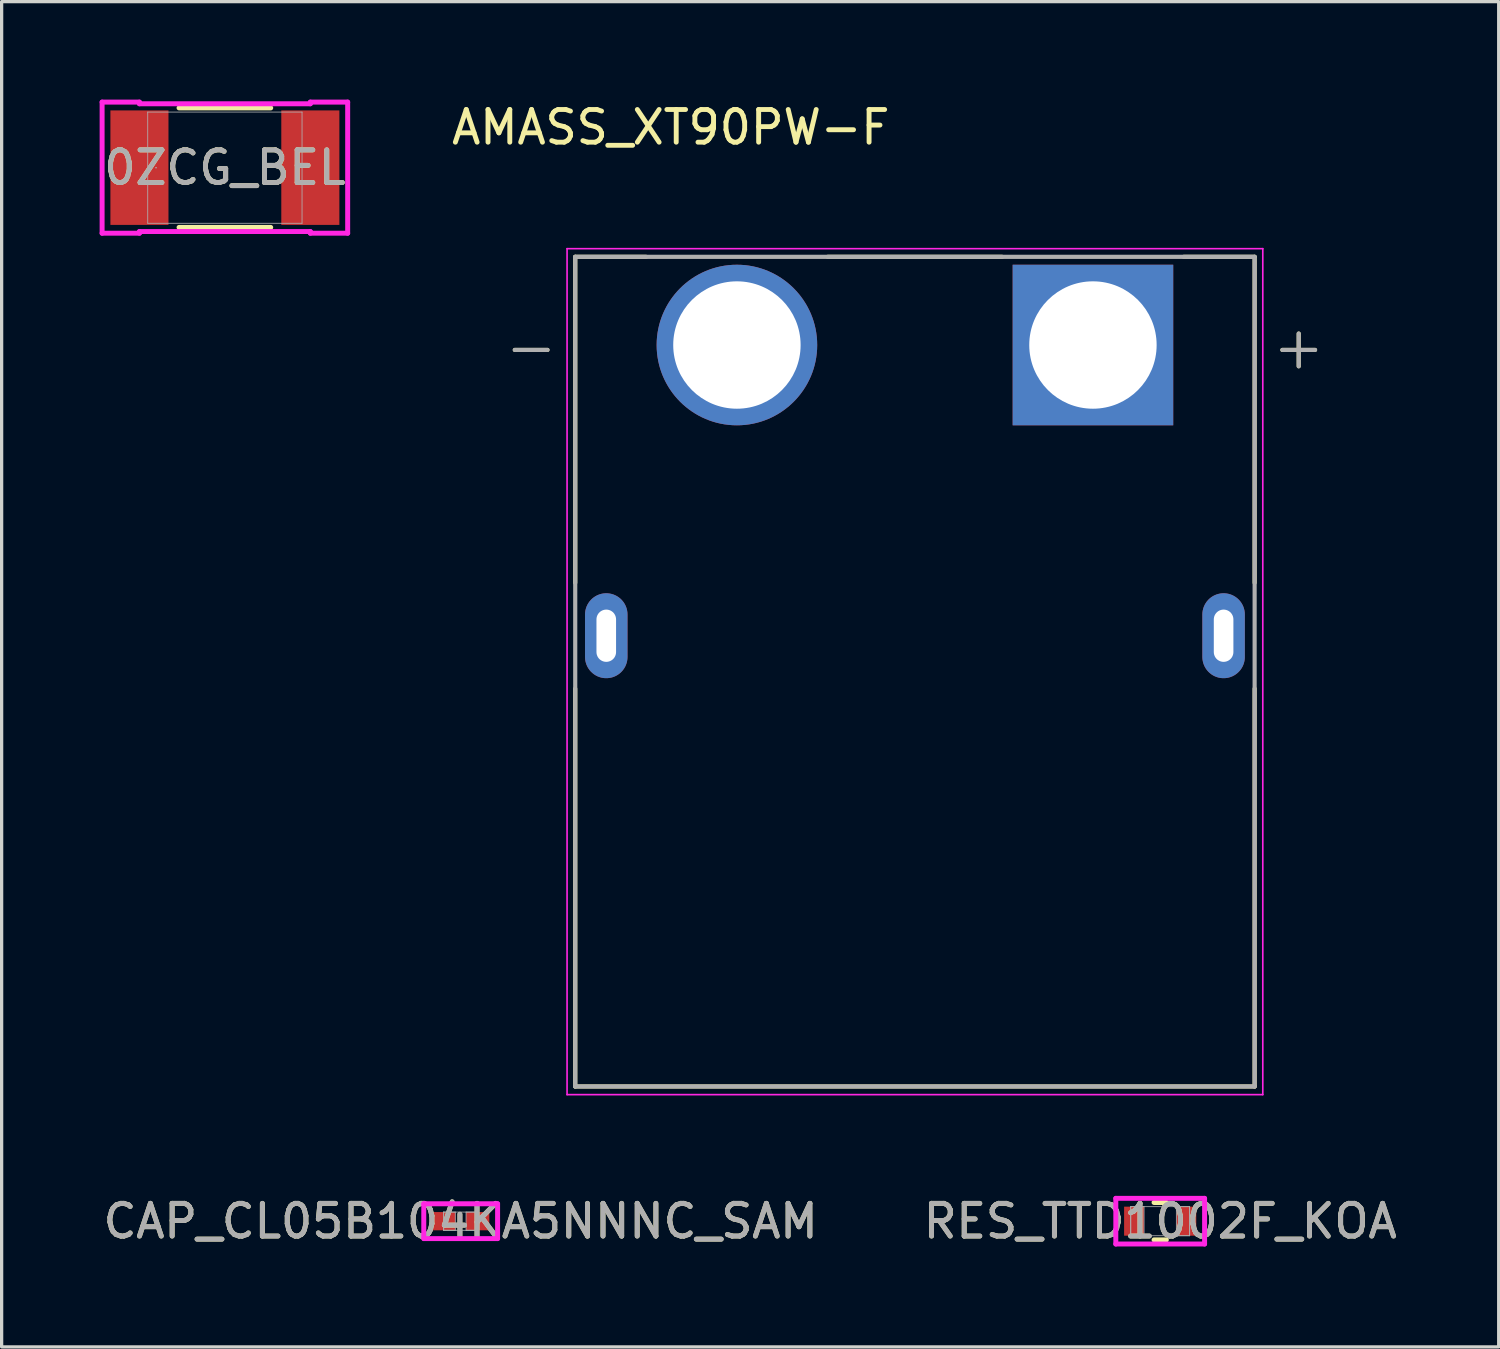
<source format=kicad_pcb>
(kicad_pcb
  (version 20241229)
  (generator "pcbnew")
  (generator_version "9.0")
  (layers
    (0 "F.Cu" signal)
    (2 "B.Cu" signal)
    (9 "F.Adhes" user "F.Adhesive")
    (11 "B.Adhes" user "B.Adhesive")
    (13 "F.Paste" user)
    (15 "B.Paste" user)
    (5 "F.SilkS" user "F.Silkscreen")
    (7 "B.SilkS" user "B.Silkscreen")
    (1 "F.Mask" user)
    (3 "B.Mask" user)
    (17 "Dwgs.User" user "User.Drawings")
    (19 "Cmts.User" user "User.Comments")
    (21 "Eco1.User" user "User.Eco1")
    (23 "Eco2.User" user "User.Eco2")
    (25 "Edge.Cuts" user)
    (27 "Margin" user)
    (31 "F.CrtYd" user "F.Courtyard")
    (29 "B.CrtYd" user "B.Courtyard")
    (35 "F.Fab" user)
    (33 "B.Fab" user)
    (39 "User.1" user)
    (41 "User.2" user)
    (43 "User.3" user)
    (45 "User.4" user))
  (footprint "CAP_CL05B104KA5NNNC_SAM"
    (layer "F.Cu")
    (at 11.054 34.337)
    (property "Reference" "CAP_CL05B104KA5NNNC_SAM" (at 0 0 0) (unlocked yes) (layer "F.SilkS") (effects (font (size 1 1) (thickness 0.15))))
    (attr smd)
    (fp_line (start -1.13 -0.533) (end 1.13 -0.533) (stroke (width 0.152) (type solid)) (layer "F.CrtYd"))
    (fp_line (start -1.13 0.533) (end -1.13 -0.533) (stroke (width 0.152) (type solid)) (layer "F.CrtYd"))
    (fp_line (start 1.13 -0.533) (end 1.13 0.533) (stroke (width 0.152) (type solid)) (layer "F.CrtYd"))
    (fp_line (start 1.13 0.533) (end -1.13 0.533) (stroke (width 0.152) (type solid)) (layer "F.CrtYd"))
    (fp_line (start -0.521 -0.279) (end -0.521 0.279) (stroke (width 0.025) (type solid)) (layer "F.Fab"))
    (fp_line (start -0.521 -0.279) (end -0.521 0.279) (stroke (width 0.025) (type solid)) (layer "F.Fab"))
    (fp_line (start -0.521 0.279) (end -0.165 0.279) (stroke (width 0.025) (type solid)) (layer "F.Fab"))
    (fp_line (start -0.521 0.279) (end 0.521 0.279) (stroke (width 0.025) (type solid)) (layer "F.Fab"))
    (fp_line (start -0.165 -0.279) (end -0.521 -0.279) (stroke (width 0.025) (type solid)) (layer "F.Fab"))
    (fp_line (start -0.165 0.279) (end -0.165 -0.279) (stroke (width 0.025) (type solid)) (layer "F.Fab"))
    (fp_line (start 0.165 -0.279) (end 0.165 0.279) (stroke (width 0.025) (type solid)) (layer "F.Fab"))
    (fp_line (start 0.165 0.279) (end 0.521 0.279) (stroke (width 0.025) (type solid)) (layer "F.Fab"))
    (fp_line (start 0.521 -0.279) (end -0.521 -0.279) (stroke (width 0.025) (type solid)) (layer "F.Fab"))
    (fp_line (start 0.521 -0.279) (end 0.165 -0.279) (stroke (width 0.025) (type solid)) (layer "F.Fab"))
    (fp_line (start 0.521 0.279) (end 0.521 -0.279) (stroke (width 0.025) (type solid)) (layer "F.Fab"))
    (fp_line (start 0.521 0.279) (end 0.521 -0.279) (stroke (width 0.025) (type solid)) (layer "F.Fab"))
    (fp_circle (center -0.394 0) (end -0.394 0) (stroke (width 0.025) (type solid)) (fill no) (layer "F.Fab"))
    (fp_text user "${REFERENCE}" (at 0 0 0) (unlocked yes) (layer "F.Fab") (effects (font (size 1 1) (thickness 0.15))))
    (pad "1" smd rect (at -0.521 0) (size 0.711 0.559) (layers "F.Cu" "F.Mask" "F.Paste"))
    (pad "2" smd rect (at 0.521 0) (size 0.711 0.559) (layers "F.Cu" "F.Mask" "F.Paste"))
    (zone (net_name "") (layer "F.Cu") (hatch full 0.508) (connect_pads) (min_thickness 0.254) (filled_areas_thickness no) (keepout (tracks not_allowed) (vias not_allowed) (pads allowed) (copperpour not_allowed) (footprints allowed)) (placement (enabled no)) (fill) (polygon (pts (xy 10.939 34.108) (xy 11.168 34.108) (xy 11.168 34.565) (xy 10.939 34.565)))))
  (footprint "RES_TTD1002F_KOA"
    (layer "F.Cu")
    (at 32.47 34.337)
    (property "Reference" "RES_TTD1002F_KOA" (at 0 0 0) (unlocked yes) (layer "F.SilkS") (effects (font (size 1 1) (thickness 0.15))))
    (attr smd)
    (fp_line (start -0.188 0.572) (end 0.188 0.572) (stroke (width 0.152) (type solid)) (layer "F.SilkS"))
    (fp_line (start 0.188 -0.572) (end -0.188 -0.572) (stroke (width 0.152) (type solid)) (layer "F.SilkS"))
    (fp_line (start -1.359 -0.699) (end 1.359 -0.699) (stroke (width 0.152) (type solid)) (layer "F.CrtYd"))
    (fp_line (start -1.359 0.699) (end -1.359 -0.699) (stroke (width 0.152) (type solid)) (layer "F.CrtYd"))
    (fp_line (start 1.359 -0.699) (end 1.359 0.699) (stroke (width 0.152) (type solid)) (layer "F.CrtYd"))
    (fp_line (start 1.359 0.699) (end -1.359 0.699) (stroke (width 0.152) (type solid)) (layer "F.CrtYd"))
    (fp_line (start -0.902 -0.445) (end -0.902 0.445) (stroke (width 0.025) (type solid)) (layer "F.Fab"))
    (fp_line (start -0.902 -0.445) (end -0.902 0.445) (stroke (width 0.025) (type solid)) (layer "F.Fab"))
    (fp_line (start -0.902 0.445) (end -0.495 0.445) (stroke (width 0.025) (type solid)) (layer "F.Fab"))
    (fp_line (start -0.902 0.445) (end 0.902 0.445) (stroke (width 0.025) (type solid)) (layer "F.Fab"))
    (fp_line (start -0.495 -0.445) (end -0.902 -0.445) (stroke (width 0.025) (type solid)) (layer "F.Fab"))
    (fp_line (start -0.495 0.445) (end -0.495 -0.445) (stroke (width 0.025) (type solid)) (layer "F.Fab"))
    (fp_line (start 0.495 -0.445) (end 0.495 0.445) (stroke (width 0.025) (type solid)) (layer "F.Fab"))
    (fp_line (start 0.495 0.445) (end 0.902 0.445) (stroke (width 0.025) (type solid)) (layer "F.Fab"))
    (fp_line (start 0.902 -0.445) (end -0.902 -0.445) (stroke (width 0.025) (type solid)) (layer "F.Fab"))
    (fp_line (start 0.902 -0.445) (end 0.495 -0.445) (stroke (width 0.025) (type solid)) (layer "F.Fab"))
    (fp_line (start 0.902 0.445) (end 0.902 -0.445) (stroke (width 0.025) (type solid)) (layer "F.Fab"))
    (fp_line (start 0.902 0.445) (end 0.902 -0.445) (stroke (width 0.025) (type solid)) (layer "F.Fab"))
    (fp_text user "${REFERENCE}" (at 0 0 0) (unlocked yes) (layer "F.Fab") (effects (font (size 1 1) (thickness 0.15))))
    (pad "1" smd rect (at -0.8 0) (size 0.61 0.889) (layers "F.Cu" "F.Mask" "F.Paste"))
    (pad "2" smd rect (at 0.8 0) (size 0.61 0.889) (layers "F.Cu" "F.Mask" "F.Paste"))
    (zone (net_name "") (layer "F.Cu") (hatch full 0.508) (connect_pads) (min_thickness 0.254) (filled_areas_thickness no) (keepout (tracks not_allowed) (vias not_allowed) (pads allowed) (copperpour not_allowed) (footprints allowed)) (placement (enabled no)) (fill) (polygon (pts (xy 32.026 33.943) (xy 32.915 33.943) (xy 32.915 34.73) (xy 32.026 34.73)))))
  (footprint "AMASS_XT90PW-F"
    (layer "F.Cu")
    (at 24.961 16.413)
    (property "Reference" "AMASS_XT90PW-F" (at -7.475 -15.565 0) (layer "F.SilkS") (effects (font (size 1 1) (thickness 0.15))))
    (attr through_hole)
    (fp_line (start -11.25 -8.75) (end -12.25 -8.75) (stroke (width 0.127) (type solid)) (layer "F.SilkS"))
    (fp_line (start -10.4 -11.6) (end -10.4 -1.62) (stroke (width 0.127) (type solid)) (layer "F.SilkS"))
    (fp_line (start -10.4 -11.6) (end -8.228 -11.6) (stroke (width 0.127) (type solid)) (layer "F.SilkS"))
    (fp_line (start -10.4 13.8) (end -10.4 1.62) (stroke (width 0.127) (type solid)) (layer "F.SilkS"))
    (fp_line (start 2.672 -11.6) (end -2.672 -11.6) (stroke (width 0.127) (type solid)) (layer "F.SilkS"))
    (fp_line (start 8.228 -11.6) (end 10.4 -11.6) (stroke (width 0.127) (type solid)) (layer "F.SilkS"))
    (fp_line (start 10.4 -11.6) (end 10.4 -1.62) (stroke (width 0.127) (type solid)) (layer "F.SilkS"))
    (fp_line (start 10.4 1.62) (end 10.4 13.8) (stroke (width 0.127) (type solid)) (layer "F.SilkS"))
    (fp_line (start 10.4 13.8) (end -10.4 13.8) (stroke (width 0.127) (type solid)) (layer "F.SilkS"))
    (fp_line (start 11.25 -8.75) (end 12.25 -8.75) (stroke (width 0.127) (type solid)) (layer "F.SilkS"))
    (fp_line (start 11.75 -8.25) (end 11.75 -9.25) (stroke (width 0.127) (type solid)) (layer "F.SilkS"))
    (fp_line (start -10.65 -11.85) (end -10.65 14.05) (stroke (width 0.05) (type solid)) (layer "F.CrtYd"))
    (fp_line (start -10.65 14.05) (end 10.65 14.05) (stroke (width 0.05) (type solid)) (layer "F.CrtYd"))
    (fp_line (start 10.65 -11.85) (end -10.65 -11.85) (stroke (width 0.05) (type solid)) (layer "F.CrtYd"))
    (fp_line (start 10.65 14.05) (end 10.65 -11.85) (stroke (width 0.05) (type solid)) (layer "F.CrtYd"))
    (fp_line (start -11.25 -8.75) (end -12.25 -8.75) (stroke (width 0.127) (type solid)) (layer "F.Fab"))
    (fp_line (start -10.4 -11.6) (end 10.4 -11.6) (stroke (width 0.127) (type solid)) (layer "F.Fab"))
    (fp_line (start -10.4 13.8) (end -10.4 -11.6) (stroke (width 0.127) (type solid)) (layer "F.Fab"))
    (fp_line (start 10.4 -11.6) (end 10.4 13.8) (stroke (width 0.127) (type solid)) (layer "F.Fab"))
    (fp_line (start 10.4 13.8) (end -10.4 13.8) (stroke (width 0.127) (type solid)) (layer "F.Fab"))
    (fp_line (start 11.75 -8.25) (end 11.75 -9.25) (stroke (width 0.127) (type solid)) (layer "F.Fab"))
    (fp_line (start 12.25 -8.75) (end 11.25 -8.75) (stroke (width 0.127) (type solid)) (layer "F.Fab"))
    (pad "1" thru_hole rect (at 5.45 -8.9) (size 4.916 4.916) (drill 3.9) (layers "*.Cu" "*.Mask"))
    (pad "2" thru_hole circle (at -5.45 -8.9) (size 4.916 4.916) (drill 3.9) (layers "*.Cu" "*.Mask"))
    (pad "S1" thru_hole oval (at 9.45 0) (size 1.3 2.6) (drill oval 0.6 1.6) (layers "*.Cu" "*.Mask"))
    (pad "S2" thru_hole oval (at -9.45 0) (size 1.3 2.6) (drill oval 0.6 1.6) (layers "*.Cu" "*.Mask")))
  (footprint "0ZCG_BEL"
    (layer "F.Cu")
    (at 3.835 2.083)
    (property "Reference" "0ZCG_BEL" (at 0 0 0) (unlocked yes) (layer "F.SilkS") (effects (font (size 1 1) (thickness 0.15))))
    (attr smd)
    (fp_line (start -1.403 1.829) (end 1.403 1.829) (stroke (width 0.152) (type solid)) (layer "F.SilkS"))
    (fp_line (start 1.403 -1.829) (end -1.403 -1.829) (stroke (width 0.152) (type solid)) (layer "F.SilkS"))
    (fp_line (start -3.759 -2.007) (end -2.616 -2.007) (stroke (width 0.152) (type solid)) (layer "F.CrtYd"))
    (fp_line (start -3.759 2.007) (end -3.759 -2.007) (stroke (width 0.152) (type solid)) (layer "F.CrtYd"))
    (fp_line (start -3.759 2.007) (end -2.616 2.007) (stroke (width 0.152) (type solid)) (layer "F.CrtYd"))
    (fp_line (start -2.616 -2.007) (end -2.616 -1.956) (stroke (width 0.152) (type solid)) (layer "F.CrtYd"))
    (fp_line (start -2.616 -1.956) (end 2.616 -1.956) (stroke (width 0.152) (type solid)) (layer "F.CrtYd"))
    (fp_line (start -2.616 1.956) (end 2.616 1.956) (stroke (width 0.152) (type solid)) (layer "F.CrtYd"))
    (fp_line (start -2.616 2.007) (end -2.616 1.956) (stroke (width 0.152) (type solid)) (layer "F.CrtYd"))
    (fp_line (start 2.616 -2.007) (end 3.759 -2.007) (stroke (width 0.152) (type solid)) (layer "F.CrtYd"))
    (fp_line (start 2.616 -1.956) (end 2.616 -2.007) (stroke (width 0.152) (type solid)) (layer "F.CrtYd"))
    (fp_line (start 2.616 1.956) (end 2.616 2.007) (stroke (width 0.152) (type solid)) (layer "F.CrtYd"))
    (fp_line (start 2.616 2.007) (end 3.759 2.007) (stroke (width 0.152) (type solid)) (layer "F.CrtYd"))
    (fp_line (start 3.759 -2.007) (end 3.759 2.007) (stroke (width 0.152) (type solid)) (layer "F.CrtYd"))
    (fp_line (start -2.362 -1.702) (end -2.362 1.702) (stroke (width 0.025) (type solid)) (layer "F.Fab"))
    (fp_line (start -2.362 1.702) (end 2.362 1.702) (stroke (width 0.025) (type solid)) (layer "F.Fab"))
    (fp_line (start 2.362 -1.702) (end -2.362 -1.702) (stroke (width 0.025) (type solid)) (layer "F.Fab"))
    (fp_line (start 2.362 1.702) (end 2.362 -1.702) (stroke (width 0.025) (type solid)) (layer "F.Fab"))
    (fp_circle (center -2.108 0) (end -2.108 0) (stroke (width 0.025) (type solid)) (fill no) (layer "F.Fab"))
    (fp_text user "${REFERENCE}" (at 0 0 0) (unlocked yes) (layer "F.Fab") (effects (font (size 1 1) (thickness 0.15))))
    (pad "1" smd rect (at -2.616 0) (size 1.778 3.505) (layers "F.Cu" "F.Mask" "F.Paste"))
    (pad "2" smd rect (at 2.616 0) (size 1.778 3.505) (layers "F.Cu" "F.Mask" "F.Paste"))
    (zone (net_name "") (layer "F.Cu") (hatch full 0.508) (connect_pads) (min_thickness 0.254) (filled_areas_thickness no) (keepout (tracks not_allowed) (vias not_allowed) (pads allowed) (copperpour not_allowed) (footprints allowed)) (placement (enabled no)) (fill) (polygon (pts (xy 2.159 0.381) (xy 5.512 0.381) (xy 5.512 3.785) (xy 2.159 3.785)))))
  (gr_rect
    (start -3 -3)
    (end 42.833 38.185)
    (stroke (width 0.1) (type default))
    (fill no)
    (layer "Edge.Cuts")))
</source>
